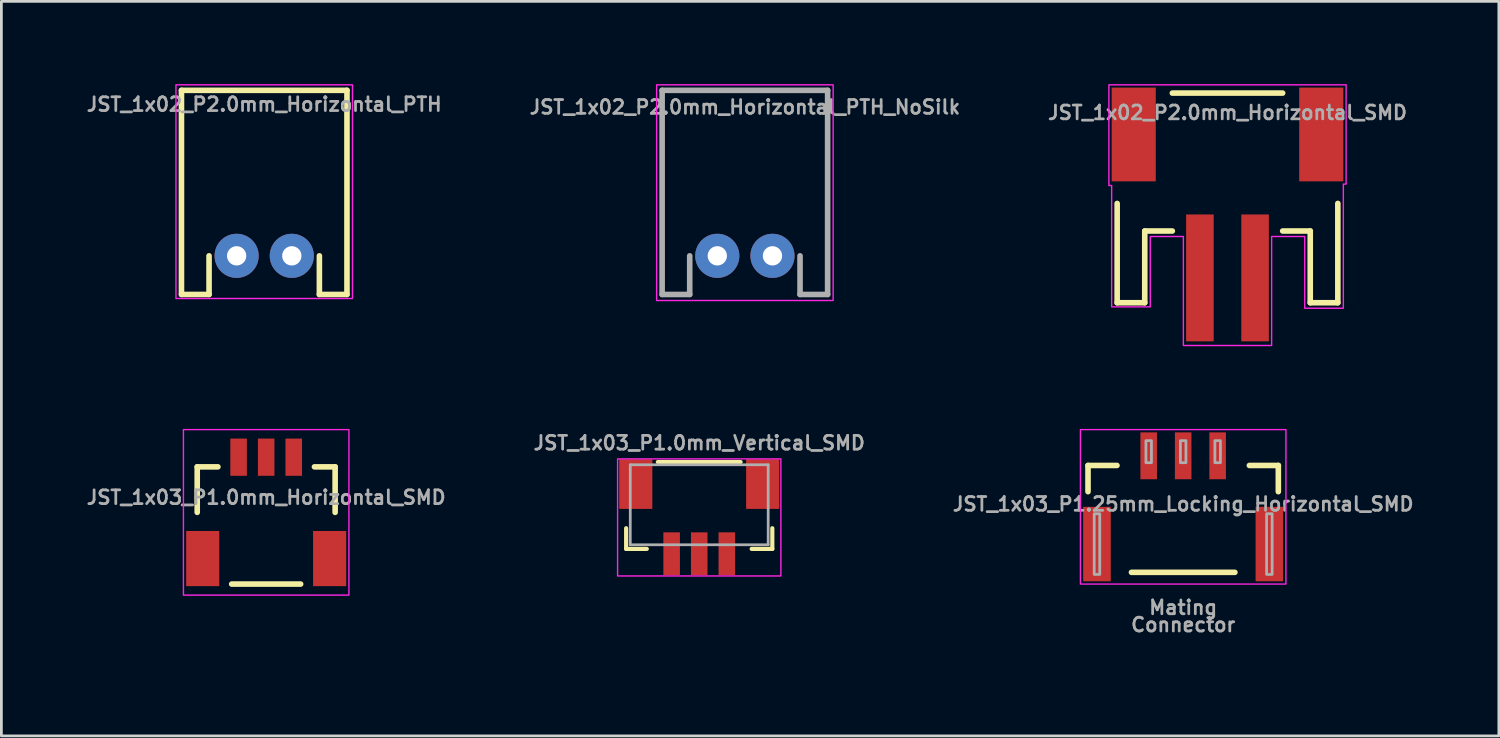
<source format=kicad_pcb>
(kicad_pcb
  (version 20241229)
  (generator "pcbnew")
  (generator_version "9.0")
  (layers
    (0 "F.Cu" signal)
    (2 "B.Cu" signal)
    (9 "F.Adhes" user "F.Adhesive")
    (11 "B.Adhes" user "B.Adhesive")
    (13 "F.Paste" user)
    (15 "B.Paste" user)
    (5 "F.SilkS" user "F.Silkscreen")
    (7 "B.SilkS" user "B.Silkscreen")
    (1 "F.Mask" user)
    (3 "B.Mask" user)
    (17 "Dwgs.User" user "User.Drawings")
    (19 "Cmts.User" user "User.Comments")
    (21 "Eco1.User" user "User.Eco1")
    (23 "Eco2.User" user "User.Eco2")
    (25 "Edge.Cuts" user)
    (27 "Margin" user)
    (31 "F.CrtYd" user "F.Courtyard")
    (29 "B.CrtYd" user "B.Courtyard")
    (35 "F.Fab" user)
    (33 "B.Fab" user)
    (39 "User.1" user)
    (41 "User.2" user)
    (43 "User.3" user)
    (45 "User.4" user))
  (footprint "JST_1x02_P2.0mm_Horizontal_PTH"
    (layer "F.Cu")
    (at 6.529 6.225)
    (property "Reference" "JST_1x02_P2.0mm_Horizontal_PTH" (at 0 -5.2 0) (layer "F.Fab") (effects (font (size 0.5 0.5) (thickness 0.1)) (justify bottom)))
    (attr through_hole)
    (fp_line (start -3 -6) (end 3 -6) (stroke (width 0.203) (type solid)) (layer "F.SilkS"))
    (fp_line (start -3 1.4) (end -3 -6) (stroke (width 0.203) (type solid)) (layer "F.SilkS"))
    (fp_line (start -3 1.4) (end -2 1.4) (stroke (width 0.203) (type solid)) (layer "F.SilkS"))
    (fp_line (start -2 1.4) (end -2 0) (stroke (width 0.203) (type solid)) (layer "F.SilkS"))
    (fp_line (start 2 1.4) (end 2 0) (stroke (width 0.203) (type solid)) (layer "F.SilkS"))
    (fp_line (start 3 -6) (end 3 1.4) (stroke (width 0.203) (type solid)) (layer "F.SilkS"))
    (fp_line (start 3 1.4) (end 2 1.4) (stroke (width 0.203) (type solid)) (layer "F.SilkS"))
    (fp_rect (start 3.2 -6.2) (end -3.2 1.546) (stroke (width 0.05) (type default)) (fill no) (layer "F.CrtYd"))
    (pad "1" thru_hole circle (at -1 0) (size 1.6 1.6) (drill 0.7) (layers "*.Cu" "*.Mask"))
    (pad "2" thru_hole circle (at 1 0) (size 1.6 1.6) (drill 0.7) (layers "*.Cu" "*.Mask")))
  (footprint "JST_1x03_P1.0mm_Vertical_SMD"
    (layer "F.Cu")
    (at 22.3 13.6)
    (property "Reference" "JST_1x03_P1.0mm_Vertical_SMD" (at 0 -0.3 0) (layer "F.Fab") (effects (font (size 0.5 0.5) (thickness 0.1)) (justify bottom)))
    (attr smd)
    (fp_line (start -2.65 2.5) (end -2.65 3.25) (stroke (width 0.15) (type solid)) (layer "F.SilkS"))
    (fp_line (start -2.65 3.25) (end -1.9 3.25) (stroke (width 0.15) (type solid)) (layer "F.SilkS"))
    (fp_line (start 1.5 0.1) (end -1.5 0.1) (stroke (width 0.15) (type solid)) (layer "F.SilkS"))
    (fp_line (start 1.9 3.25) (end 2.65 3.25) (stroke (width 0.15) (type solid)) (layer "F.SilkS"))
    (fp_line (start 2.65 3.25) (end 2.65 2.5) (stroke (width 0.15) (type solid)) (layer "F.SilkS"))
    (fp_rect (start 2.96 -0.014) (end -2.96 4.232) (stroke (width 0.05) (type default)) (fill no) (layer "F.CrtYd"))
    (fp_line (start -2.5 0.2) (end 2.5 0.2) (stroke (width 0.1) (type solid)) (layer "F.Fab"))
    (fp_line (start -2.5 3.1) (end -2.5 0.2) (stroke (width 0.1) (type default)) (layer "F.Fab"))
    (fp_line (start 2.5 0.2) (end 2.5 3.1) (stroke (width 0.1) (type default)) (layer "F.Fab"))
    (fp_line (start 2.5 3.1) (end -2.5 3.1) (stroke (width 0.1) (type default)) (layer "F.Fab"))
    (pad "1" smd rect (at -1 3.425) (size 0.6 1.55) (layers "F.Cu" "F.Mask" "F.Paste"))
    (pad "2" smd rect (at 0 3.425) (size 0.6 1.55) (layers "F.Cu" "F.Mask" "F.Paste"))
    (pad "3" smd rect (at 1 3.425) (size 0.6 1.55) (layers "F.Cu" "F.Mask" "F.Paste"))
    (pad "NC1" smd rect (at -2.3 0.9) (size 1.2 1.8) (layers "F.Cu" "F.Mask" "F.Paste"))
    (pad "NC2" smd rect (at 2.3 0.9) (size 1.2 1.8) (layers "F.Cu" "F.Mask" "F.Paste")))
  (footprint "JST_1x02_P2.0mm_Horizontal_PTH_NoSilk"
    (layer "F.Cu")
    (at 23.955 6.225)
    (property "Reference" "JST_1x02_P2.0mm_Horizontal_PTH_NoSilk" (at 0 -5.1 0) (layer "F.Fab") (effects (font (size 0.5 0.5) (thickness 0.1)) (justify bottom)))
    (attr through_hole)
    (fp_rect (start 3.2 -6.2) (end -3.2 1.619) (stroke (width 0.05) (type default)) (fill no) (layer "F.CrtYd"))
    (fp_line (start -3 -6) (end 3 -6) (stroke (width 0.203) (type solid)) (layer "F.Fab"))
    (fp_line (start -3 1.4) (end -3 -6) (stroke (width 0.203) (type solid)) (layer "F.Fab"))
    (fp_line (start -2 0) (end -2 1.4) (stroke (width 0.203) (type solid)) (layer "F.Fab"))
    (fp_line (start -2 1.4) (end -3 1.4) (stroke (width 0.203) (type solid)) (layer "F.Fab"))
    (fp_line (start 2 1.4) (end 2 0) (stroke (width 0.203) (type solid)) (layer "F.Fab"))
    (fp_line (start 3 -6) (end 3 1.4) (stroke (width 0.203) (type solid)) (layer "F.Fab"))
    (fp_line (start 3 1.4) (end 2 1.4) (stroke (width 0.203) (type solid)) (layer "F.Fab"))
    (pad "1" thru_hole circle (at -1 0) (size 1.6 1.6) (drill 0.7) (layers "*.Cu" "*.Mask"))
    (pad "2" thru_hole circle (at 1 0) (size 1.6 1.6) (drill 0.7) (layers "*.Cu" "*.Mask")))
  (footprint "JST_1x03_P1.25mm_Locking_Horizontal_SMD"
    (layer "F.Cu")
    (at 39.845 15.225)
    (property "Reference" "JST_1x03_P1.25mm_Locking_Horizontal_SMD" (at 0 0 0) (layer "F.Fab") (effects (font (size 0.5 0.5) (thickness 0.1))))
    (attr smd)
    (fp_line (start -3.45 -1.4) (end -2.4 -1.4) (stroke (width 0.203) (type solid)) (layer "F.SilkS"))
    (fp_line (start -3.45 -0.45) (end -3.45 -1.4) (stroke (width 0.203) (type solid)) (layer "F.SilkS"))
    (fp_line (start -1.875 2.475) (end 1.875 2.475) (stroke (width 0.203) (type solid)) (layer "F.SilkS"))
    (fp_line (start 2.4 -1.4) (end 3.45 -1.4) (stroke (width 0.203) (type solid)) (layer "F.SilkS"))
    (fp_line (start 3.45 -0.45) (end 3.45 -1.4) (stroke (width 0.203) (type solid)) (layer "F.SilkS"))
    (fp_rect (start 3.725 2.9) (end -3.725 -2.7) (stroke (width 0.05) (type default)) (fill no) (layer "F.CrtYd"))
    (fp_poly (pts (xy -3.225 2.55) (xy -3.025 2.55) (xy -3.025 0.35) (xy -3.225 0.35)) (stroke (width 0.1) (type default)) (fill no) (layer "F.Fab"))
    (fp_poly (pts (xy -1.35 -1.5) (xy -1.15 -1.5) (xy -1.15 -2.3) (xy -1.35 -2.3)) (stroke (width 0.1) (type default)) (fill no) (layer "F.Fab"))
    (fp_poly (pts (xy -0.1 -1.5) (xy 0.1 -1.5) (xy 0.1 -2.3) (xy -0.1 -2.3)) (stroke (width 0.1) (type default)) (fill no) (layer "F.Fab"))
    (fp_poly (pts (xy 1.15 -1.5) (xy 1.35 -1.5) (xy 1.35 -2.3) (xy 1.15 -2.3)) (stroke (width 0.1) (type default)) (fill no) (layer "F.Fab"))
    (fp_poly (pts (xy 3.025 2.55) (xy 3.225 2.55) (xy 3.225 0.35) (xy 3.025 0.35)) (stroke (width 0.1) (type default)) (fill no) (layer "F.Fab"))
    (fp_rect (start -3.5 -1.5) (end 3.5 2.55) (stroke (width 0.01) (type default)) (fill no) (layer "User.1"))
    (fp_rect (start -2.5 -0.3) (end 2.5 5.4) (stroke (width 0.01) (type default)) (fill no) (layer "User.1"))
    (fp_text user "Connector" (at 0 4.375 0) (unlocked yes) (layer "F.Fab") (effects (font (size 0.5 0.5) (thickness 0.1) (bold yes))))
    (fp_text user "Mating" (at 0 3.75 0) (unlocked yes) (layer "F.Fab") (effects (font (size 0.5 0.5) (thickness 0.1) (bold yes))))
    (pad "1" smd rect (at -1.25 -1.75) (size 0.6 1.7) (layers "F.Cu" "F.Mask" "F.Paste"))
    (pad "2" smd rect (at 0 -1.75) (size 0.6 1.7) (layers "F.Cu" "F.Mask" "F.Paste"))
    (pad "3" smd rect (at 1.25 -1.75) (size 0.6 1.7) (layers "F.Cu" "F.Mask" "F.Paste"))
    (pad "NC1" smd rect (at -3.125 1.45) (size 1 2.7) (layers "F.Cu" "F.Mask" "F.Paste"))
    (pad "NC2" smd rect (at 3.125 1.45) (size 1 2.7) (layers "F.Cu" "F.Mask" "F.Paste")))
  (footprint "JST_1x03_P1.0mm_Horizontal_SMD"
    (layer "F.Cu")
    (at 6.6 13.525)
    (property "Reference" "JST_1x03_P1.0mm_Horizontal_SMD" (at 0 1.75 0) (layer "F.Fab") (effects (font (size 0.5 0.5) (thickness 0.1)) (justify bottom)))
    (attr smd)
    (fp_line (start -2.5 0.35) (end -1.75 0.35) (stroke (width 0.203) (type solid)) (layer "F.SilkS"))
    (fp_line (start -2.5 2) (end -2.5 0.35) (stroke (width 0.203) (type solid)) (layer "F.SilkS"))
    (fp_line (start -1.25 4.6) (end 1.25 4.6) (stroke (width 0.203) (type solid)) (layer "F.SilkS"))
    (fp_line (start 1.75 0.35) (end 2.5 0.35) (stroke (width 0.203) (type solid)) (layer "F.SilkS"))
    (fp_line (start 2.5 0.35) (end 2.5 2) (stroke (width 0.203) (type solid)) (layer "F.SilkS"))
    (fp_rect (start 3 5) (end -3 -1) (stroke (width 0.05) (type default)) (fill no) (layer "F.CrtYd"))
    (pad "1" smd rect (at -1 0) (size 0.6 1.35) (layers "F.Cu" "F.Mask" "F.Paste"))
    (pad "2" smd rect (at 0 0) (size 0.6 1.35) (layers "F.Cu" "F.Mask" "F.Paste"))
    (pad "3" smd rect (at 1 0) (size 0.6 1.35) (layers "F.Cu" "F.Mask" "F.Paste"))
    (pad "NC1" smd rect (at 2.3 3.675) (size 1.2 2) (layers "F.Cu" "F.Mask" "F.Paste"))
    (pad "NC2" smd rect (at -2.3 3.675) (size 1.2 2) (layers "F.Cu" "F.Mask" "F.Paste")))
  (footprint "JST_1x02_P2.0mm_Horizontal_SMD"
    (layer "F.Cu")
    (at 41.452 3.325)
    (property "Reference" "JST_1x02_P2.0mm_Horizontal_SMD" (at 0 -2 0) (layer "F.Fab") (effects (font (size 0.5 0.5) (thickness 0.1)) (justify bottom)))
    (attr smd)
    (fp_line (start -4 1) (end -4 4.6) (stroke (width 0.203) (type solid)) (layer "F.SilkS"))
    (fp_line (start -4 4.6) (end -3 4.6) (stroke (width 0.203) (type solid)) (layer "F.SilkS"))
    (fp_line (start -3 2) (end -2 2) (stroke (width 0.203) (type solid)) (layer "F.SilkS"))
    (fp_line (start -3 4.6) (end -3 2) (stroke (width 0.203) (type solid)) (layer "F.SilkS"))
    (fp_line (start 2 -3) (end -2 -3) (stroke (width 0.203) (type solid)) (layer "F.SilkS"))
    (fp_line (start 2 2) (end 3 2) (stroke (width 0.203) (type solid)) (layer "F.SilkS"))
    (fp_line (start 3 2) (end 3 4.6) (stroke (width 0.203) (type solid)) (layer "F.SilkS"))
    (fp_line (start 3 4.6) (end 4 4.6) (stroke (width 0.203) (type solid)) (layer "F.SilkS"))
    (fp_line (start 4 4.6) (end 4 1) (stroke (width 0.203) (type solid)) (layer "F.SilkS"))
    (fp_poly (pts (xy -4.3 -3.3) (xy 4.3 -3.3) (xy 4.3 0.3) (xy 4.2 0.3) (xy 4.2 4.8) (xy 2.8 4.8) (xy 2.8 2.2) (xy 1.6 2.2) (xy 1.6 6.15) (xy -1.6 6.15) (xy -1.6 2.2) (xy -2.8 2.2) (xy -2.8 4.75) (xy -4.2 4.75) (xy -4.2 0.35) (xy -4.3 0.35)) (stroke (width 0.05) (type solid)) (fill no) (layer "F.CrtYd"))
    (pad "1" smd rect (at -1 3.7) (size 1 4.6) (layers "F.Cu" "F.Mask" "F.Paste"))
    (pad "2" smd rect (at 1 3.7) (size 1 4.6) (layers "F.Cu" "F.Mask" "F.Paste"))
    (pad "NC1" smd rect (at -3.4 -1.5 90) (size 3.4 1.6) (layers "F.Cu" "F.Mask" "F.Paste"))
    (pad "NC2" smd rect (at 3.4 -1.5 90) (size 3.4 1.6) (layers "F.Cu" "F.Mask" "F.Paste")))
  (gr_rect
    (start -3 -3)
    (end 51.29 23.63)
    (stroke (width 0.1) (type default))
    (fill no)
    (layer "Edge.Cuts")))
</source>
